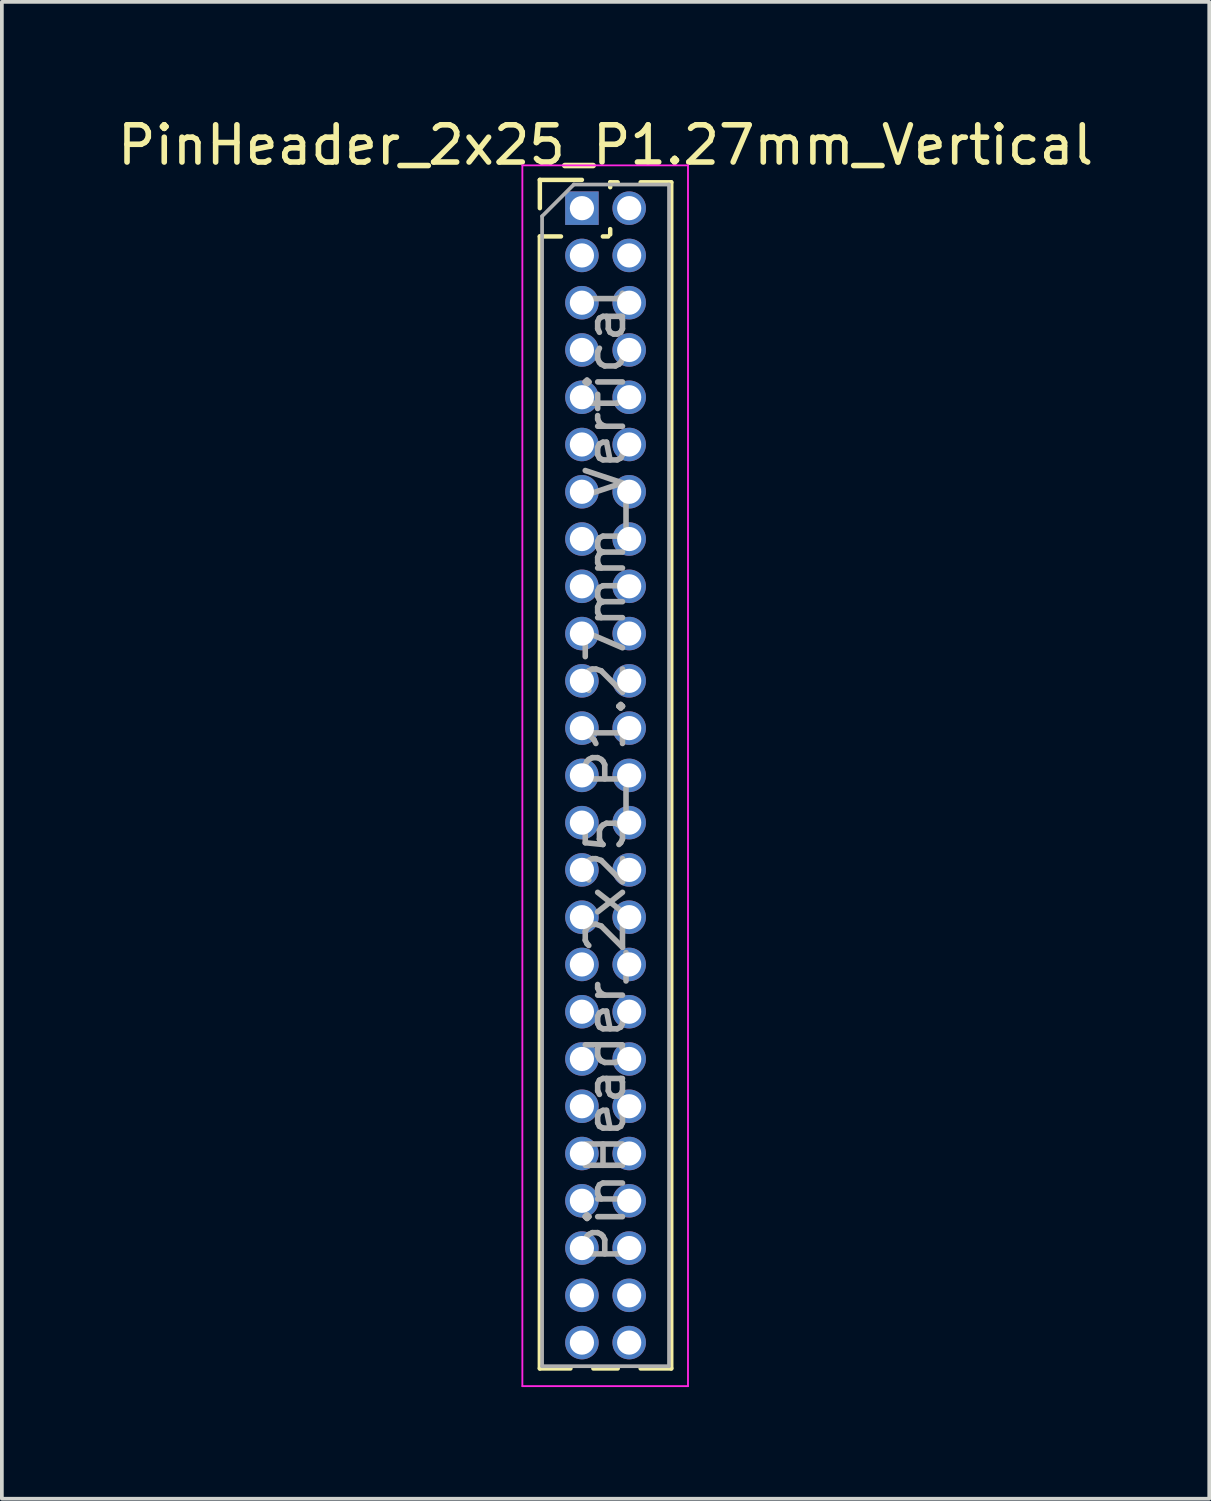
<source format=kicad_pcb>
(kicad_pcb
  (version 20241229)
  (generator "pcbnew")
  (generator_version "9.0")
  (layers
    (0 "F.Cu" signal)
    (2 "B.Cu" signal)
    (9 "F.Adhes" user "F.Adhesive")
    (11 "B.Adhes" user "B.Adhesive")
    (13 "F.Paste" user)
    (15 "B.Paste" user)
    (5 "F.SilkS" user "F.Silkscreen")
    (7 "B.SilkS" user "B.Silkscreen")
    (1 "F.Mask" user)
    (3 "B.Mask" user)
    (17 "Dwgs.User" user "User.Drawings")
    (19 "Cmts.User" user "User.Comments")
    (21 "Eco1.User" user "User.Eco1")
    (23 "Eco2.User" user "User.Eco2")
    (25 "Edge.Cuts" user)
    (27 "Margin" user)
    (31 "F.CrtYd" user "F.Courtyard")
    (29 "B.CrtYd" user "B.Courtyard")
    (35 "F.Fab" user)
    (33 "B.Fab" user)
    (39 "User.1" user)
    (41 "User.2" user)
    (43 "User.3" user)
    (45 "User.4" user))
  (footprint "PinHeader_2x25_P1.27mm_Vertical"
    (layer "F.Cu")
    (at 12.585 2.543)
    (property "Reference" "PinHeader_2x25_P1.27mm_Vertical" (at 0.635 -1.695 0) (layer "F.SilkS") (effects (font (size 1 1) (thickness 0.15))))
    (attr through_hole)
    (fp_line (start -1.13 -0.76) (end 0 -0.76) (stroke (width 0.12) (type solid)) (layer "F.SilkS"))
    (fp_line (start -1.13 0) (end -1.13 -0.76) (stroke (width 0.12) (type solid)) (layer "F.SilkS"))
    (fp_line (start -1.13 0.76) (end -1.13 31.175) (stroke (width 0.12) (type solid)) (layer "F.SilkS"))
    (fp_line (start -1.13 0.76) (end -0.563 0.76) (stroke (width 0.12) (type solid)) (layer "F.SilkS"))
    (fp_line (start -1.13 31.175) (end -0.308 31.175) (stroke (width 0.12) (type solid)) (layer "F.SilkS"))
    (fp_line (start 0.308 31.175) (end 0.962 31.175) (stroke (width 0.12) (type solid)) (layer "F.SilkS"))
    (fp_line (start 0.563 0.76) (end 0.707 0.76) (stroke (width 0.12) (type solid)) (layer "F.SilkS"))
    (fp_line (start 0.76 -0.695) (end 0.962 -0.695) (stroke (width 0.12) (type solid)) (layer "F.SilkS"))
    (fp_line (start 0.76 -0.563) (end 0.76 -0.695) (stroke (width 0.12) (type solid)) (layer "F.SilkS"))
    (fp_line (start 0.76 0.707) (end 0.76 0.563) (stroke (width 0.12) (type solid)) (layer "F.SilkS"))
    (fp_line (start 1.578 -0.695) (end 2.4 -0.695) (stroke (width 0.12) (type solid)) (layer "F.SilkS"))
    (fp_line (start 1.578 31.175) (end 2.4 31.175) (stroke (width 0.12) (type solid)) (layer "F.SilkS"))
    (fp_line (start 2.4 -0.695) (end 2.4 31.175) (stroke (width 0.12) (type solid)) (layer "F.SilkS"))
    (fp_line (start -1.6 -1.15) (end -1.6 31.65) (stroke (width 0.05) (type solid)) (layer "F.CrtYd"))
    (fp_line (start -1.6 31.65) (end 2.85 31.65) (stroke (width 0.05) (type solid)) (layer "F.CrtYd"))
    (fp_line (start 2.85 -1.15) (end -1.6 -1.15) (stroke (width 0.05) (type solid)) (layer "F.CrtYd"))
    (fp_line (start 2.85 31.65) (end 2.85 -1.15) (stroke (width 0.05) (type solid)) (layer "F.CrtYd"))
    (fp_line (start -1.07 0.217) (end -0.217 -0.635) (stroke (width 0.1) (type solid)) (layer "F.Fab"))
    (fp_line (start -1.07 31.115) (end -1.07 0.217) (stroke (width 0.1) (type solid)) (layer "F.Fab"))
    (fp_line (start -0.217 -0.635) (end 2.34 -0.635) (stroke (width 0.1) (type solid)) (layer "F.Fab"))
    (fp_line (start 2.34 -0.635) (end 2.34 31.115) (stroke (width 0.1) (type solid)) (layer "F.Fab"))
    (fp_line (start 2.34 31.115) (end -1.07 31.115) (stroke (width 0.1) (type solid)) (layer "F.Fab"))
    (fp_text user "${REFERENCE}" (at 0.635 15.24 90) (layer "F.Fab") (effects (font (size 1 1) (thickness 0.15))))
    (pad "1" thru_hole rect (at 0 0) (size 0.9 0.9) (drill 0.65) (layers "*.Cu" "*.Mask"))
    (pad "2" thru_hole circle (at 1.27 0) (size 0.9 0.9) (drill 0.65) (layers "*.Cu" "*.Mask"))
    (pad "3" thru_hole circle (at 0 1.27) (size 0.9 0.9) (drill 0.65) (layers "*.Cu" "*.Mask"))
    (pad "4" thru_hole circle (at 1.27 1.27) (size 0.9 0.9) (drill 0.65) (layers "*.Cu" "*.Mask"))
    (pad "5" thru_hole circle (at 0 2.54) (size 0.9 0.9) (drill 0.65) (layers "*.Cu" "*.Mask"))
    (pad "6" thru_hole circle (at 1.27 2.54) (size 0.9 0.9) (drill 0.65) (layers "*.Cu" "*.Mask"))
    (pad "7" thru_hole circle (at 0 3.81) (size 0.9 0.9) (drill 0.65) (layers "*.Cu" "*.Mask"))
    (pad "8" thru_hole circle (at 1.27 3.81) (size 0.9 0.9) (drill 0.65) (layers "*.Cu" "*.Mask"))
    (pad "9" thru_hole circle (at 0 5.08) (size 0.9 0.9) (drill 0.65) (layers "*.Cu" "*.Mask"))
    (pad "10" thru_hole circle (at 1.27 5.08) (size 0.9 0.9) (drill 0.65) (layers "*.Cu" "*.Mask"))
    (pad "11" thru_hole circle (at 0 6.35) (size 0.9 0.9) (drill 0.65) (layers "*.Cu" "*.Mask"))
    (pad "12" thru_hole circle (at 1.27 6.35) (size 0.9 0.9) (drill 0.65) (layers "*.Cu" "*.Mask"))
    (pad "13" thru_hole circle (at 0 7.62) (size 0.9 0.9) (drill 0.65) (layers "*.Cu" "*.Mask"))
    (pad "14" thru_hole circle (at 1.27 7.62) (size 0.9 0.9) (drill 0.65) (layers "*.Cu" "*.Mask"))
    (pad "15" thru_hole circle (at 0 8.89) (size 0.9 0.9) (drill 0.65) (layers "*.Cu" "*.Mask"))
    (pad "16" thru_hole circle (at 1.27 8.89) (size 0.9 0.9) (drill 0.65) (layers "*.Cu" "*.Mask"))
    (pad "17" thru_hole circle (at 0 10.16) (size 0.9 0.9) (drill 0.65) (layers "*.Cu" "*.Mask"))
    (pad "18" thru_hole circle (at 1.27 10.16) (size 0.9 0.9) (drill 0.65) (layers "*.Cu" "*.Mask"))
    (pad "19" thru_hole circle (at 0 11.43) (size 0.9 0.9) (drill 0.65) (layers "*.Cu" "*.Mask"))
    (pad "20" thru_hole circle (at 1.27 11.43) (size 0.9 0.9) (drill 0.65) (layers "*.Cu" "*.Mask"))
    (pad "21" thru_hole circle (at 0 12.7) (size 0.9 0.9) (drill 0.65) (layers "*.Cu" "*.Mask"))
    (pad "22" thru_hole circle (at 1.27 12.7) (size 0.9 0.9) (drill 0.65) (layers "*.Cu" "*.Mask"))
    (pad "23" thru_hole circle (at 0 13.97) (size 0.9 0.9) (drill 0.65) (layers "*.Cu" "*.Mask"))
    (pad "24" thru_hole circle (at 1.27 13.97) (size 0.9 0.9) (drill 0.65) (layers "*.Cu" "*.Mask"))
    (pad "25" thru_hole circle (at 0 15.24) (size 0.9 0.9) (drill 0.65) (layers "*.Cu" "*.Mask"))
    (pad "26" thru_hole circle (at 1.27 15.24) (size 0.9 0.9) (drill 0.65) (layers "*.Cu" "*.Mask"))
    (pad "27" thru_hole circle (at 0 16.51) (size 0.9 0.9) (drill 0.65) (layers "*.Cu" "*.Mask"))
    (pad "28" thru_hole circle (at 1.27 16.51) (size 0.9 0.9) (drill 0.65) (layers "*.Cu" "*.Mask"))
    (pad "29" thru_hole circle (at 0 17.78) (size 0.9 0.9) (drill 0.65) (layers "*.Cu" "*.Mask"))
    (pad "30" thru_hole circle (at 1.27 17.78) (size 0.9 0.9) (drill 0.65) (layers "*.Cu" "*.Mask"))
    (pad "31" thru_hole circle (at 0 19.05) (size 0.9 0.9) (drill 0.65) (layers "*.Cu" "*.Mask"))
    (pad "32" thru_hole circle (at 1.27 19.05) (size 0.9 0.9) (drill 0.65) (layers "*.Cu" "*.Mask"))
    (pad "33" thru_hole circle (at 0 20.32) (size 0.9 0.9) (drill 0.65) (layers "*.Cu" "*.Mask"))
    (pad "34" thru_hole circle (at 1.27 20.32) (size 0.9 0.9) (drill 0.65) (layers "*.Cu" "*.Mask"))
    (pad "35" thru_hole circle (at 0 21.59) (size 0.9 0.9) (drill 0.65) (layers "*.Cu" "*.Mask"))
    (pad "36" thru_hole circle (at 1.27 21.59) (size 0.9 0.9) (drill 0.65) (layers "*.Cu" "*.Mask"))
    (pad "37" thru_hole circle (at 0 22.86) (size 0.9 0.9) (drill 0.65) (layers "*.Cu" "*.Mask"))
    (pad "38" thru_hole circle (at 1.27 22.86) (size 0.9 0.9) (drill 0.65) (layers "*.Cu" "*.Mask"))
    (pad "39" thru_hole circle (at 0 24.13) (size 0.9 0.9) (drill 0.65) (layers "*.Cu" "*.Mask"))
    (pad "40" thru_hole circle (at 1.27 24.13) (size 0.9 0.9) (drill 0.65) (layers "*.Cu" "*.Mask"))
    (pad "41" thru_hole circle (at 0 25.4) (size 0.9 0.9) (drill 0.65) (layers "*.Cu" "*.Mask"))
    (pad "42" thru_hole circle (at 1.27 25.4) (size 0.9 0.9) (drill 0.65) (layers "*.Cu" "*.Mask"))
    (pad "43" thru_hole circle (at 0 26.67) (size 0.9 0.9) (drill 0.65) (layers "*.Cu" "*.Mask"))
    (pad "44" thru_hole circle (at 1.27 26.67) (size 0.9 0.9) (drill 0.65) (layers "*.Cu" "*.Mask"))
    (pad "45" thru_hole circle (at 0 27.94) (size 0.9 0.9) (drill 0.65) (layers "*.Cu" "*.Mask"))
    (pad "46" thru_hole circle (at 1.27 27.94) (size 0.9 0.9) (drill 0.65) (layers "*.Cu" "*.Mask"))
    (pad "47" thru_hole circle (at 0 29.21) (size 0.9 0.9) (drill 0.65) (layers "*.Cu" "*.Mask"))
    (pad "48" thru_hole circle (at 1.27 29.21) (size 0.9 0.9) (drill 0.65) (layers "*.Cu" "*.Mask"))
    (pad "49" thru_hole circle (at 0 30.48) (size 0.9 0.9) (drill 0.65) (layers "*.Cu" "*.Mask"))
    (pad "50" thru_hole circle (at 1.27 30.48) (size 0.9 0.9) (drill 0.65) (layers "*.Cu" "*.Mask")))
  (gr_rect
    (start -3 -3)
    (end 29.44 37.218)
    (stroke (width 0.1) (type default))
    (fill no)
    (layer "Edge.Cuts")))
</source>
